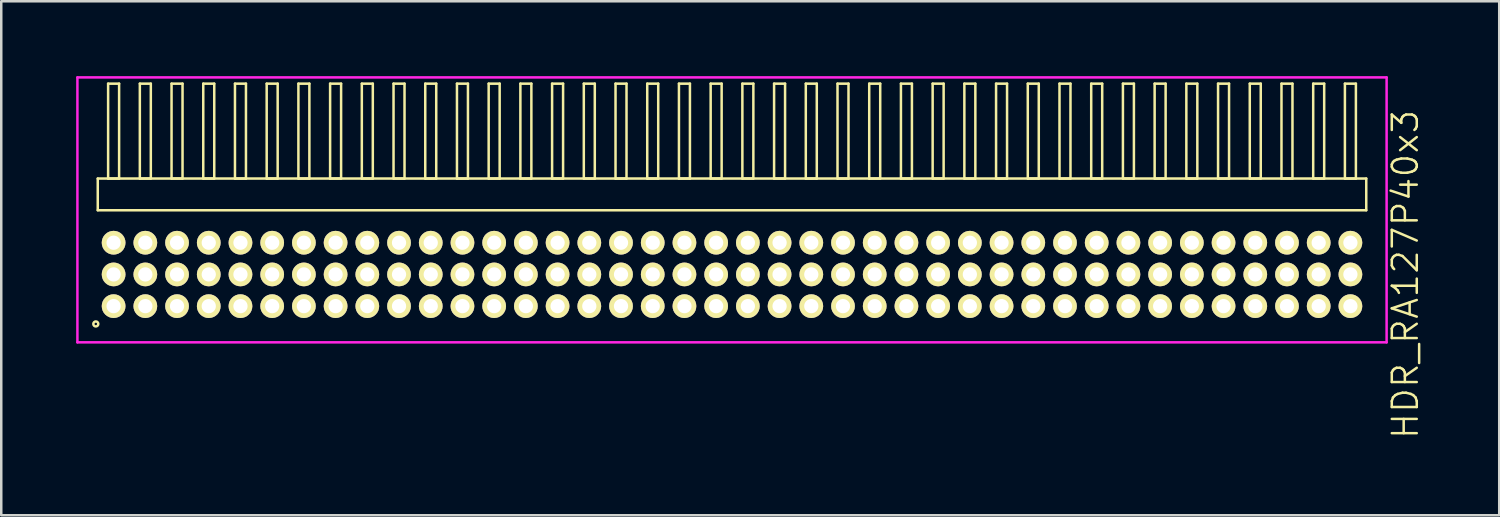
<source format=kicad_pcb>
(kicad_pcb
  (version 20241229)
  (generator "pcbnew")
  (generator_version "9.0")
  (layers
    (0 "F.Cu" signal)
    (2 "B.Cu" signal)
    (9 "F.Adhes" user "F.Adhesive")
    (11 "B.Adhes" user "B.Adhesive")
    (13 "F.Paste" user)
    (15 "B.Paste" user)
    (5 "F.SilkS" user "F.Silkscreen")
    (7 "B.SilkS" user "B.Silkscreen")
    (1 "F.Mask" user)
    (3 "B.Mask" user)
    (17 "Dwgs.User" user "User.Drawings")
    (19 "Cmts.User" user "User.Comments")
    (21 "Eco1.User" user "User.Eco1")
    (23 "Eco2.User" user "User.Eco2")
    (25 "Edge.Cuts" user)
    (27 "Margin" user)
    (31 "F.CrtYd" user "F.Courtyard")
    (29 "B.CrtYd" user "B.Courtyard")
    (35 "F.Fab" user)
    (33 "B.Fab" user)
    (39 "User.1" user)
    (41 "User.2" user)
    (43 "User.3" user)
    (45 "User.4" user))
  (footprint "HDR_RA127P40x3"
    (layer "F.Cu")
    (at 26.265 7.94)
    (property "Reference" "HDR_RA127P40x3" (at 26.965 0 90) (layer "F.SilkS") (effects (font (size 1 1) (thickness 0.1))))
    (attr through_hole)
    (fp_line (start -25.4 -3.84) (end -25.4 -2.57) (stroke (width 0.1) (type solid)) (layer "F.SilkS"))
    (fp_line (start -25.4 -2.57) (end 25.4 -2.57) (stroke (width 0.1) (type solid)) (layer "F.SilkS"))
    (fp_line (start -24.985 -7.64) (end -24.985 -3.84) (stroke (width 0.1) (type solid)) (layer "F.SilkS"))
    (fp_line (start -24.985 -3.84) (end -24.545 -3.84) (stroke (width 0.1) (type solid)) (layer "F.SilkS"))
    (fp_line (start -24.545 -7.64) (end -24.985 -7.64) (stroke (width 0.1) (type solid)) (layer "F.SilkS"))
    (fp_line (start -24.545 -3.84) (end -24.545 -7.64) (stroke (width 0.1) (type solid)) (layer "F.SilkS"))
    (fp_line (start -23.715 -7.64) (end -23.715 -3.84) (stroke (width 0.1) (type solid)) (layer "F.SilkS"))
    (fp_line (start -23.715 -3.84) (end -23.275 -3.84) (stroke (width 0.1) (type solid)) (layer "F.SilkS"))
    (fp_line (start -23.275 -7.64) (end -23.715 -7.64) (stroke (width 0.1) (type solid)) (layer "F.SilkS"))
    (fp_line (start -23.275 -3.84) (end -23.275 -7.64) (stroke (width 0.1) (type solid)) (layer "F.SilkS"))
    (fp_line (start -22.445 -7.64) (end -22.445 -3.84) (stroke (width 0.1) (type solid)) (layer "F.SilkS"))
    (fp_line (start -22.445 -3.84) (end -22.005 -3.84) (stroke (width 0.1) (type solid)) (layer "F.SilkS"))
    (fp_line (start -22.005 -7.64) (end -22.445 -7.64) (stroke (width 0.1) (type solid)) (layer "F.SilkS"))
    (fp_line (start -22.005 -3.84) (end -22.005 -7.64) (stroke (width 0.1) (type solid)) (layer "F.SilkS"))
    (fp_line (start -21.175 -7.64) (end -21.175 -3.84) (stroke (width 0.1) (type solid)) (layer "F.SilkS"))
    (fp_line (start -21.175 -3.84) (end -20.735 -3.84) (stroke (width 0.1) (type solid)) (layer "F.SilkS"))
    (fp_line (start -20.735 -7.64) (end -21.175 -7.64) (stroke (width 0.1) (type solid)) (layer "F.SilkS"))
    (fp_line (start -20.735 -3.84) (end -20.735 -7.64) (stroke (width 0.1) (type solid)) (layer "F.SilkS"))
    (fp_line (start -19.905 -7.64) (end -19.905 -3.84) (stroke (width 0.1) (type solid)) (layer "F.SilkS"))
    (fp_line (start -19.905 -3.84) (end -19.465 -3.84) (stroke (width 0.1) (type solid)) (layer "F.SilkS"))
    (fp_line (start -19.465 -7.64) (end -19.905 -7.64) (stroke (width 0.1) (type solid)) (layer "F.SilkS"))
    (fp_line (start -19.465 -3.84) (end -19.465 -7.64) (stroke (width 0.1) (type solid)) (layer "F.SilkS"))
    (fp_line (start -18.635 -7.64) (end -18.635 -3.84) (stroke (width 0.1) (type solid)) (layer "F.SilkS"))
    (fp_line (start -18.635 -3.84) (end -18.195 -3.84) (stroke (width 0.1) (type solid)) (layer "F.SilkS"))
    (fp_line (start -18.195 -7.64) (end -18.635 -7.64) (stroke (width 0.1) (type solid)) (layer "F.SilkS"))
    (fp_line (start -18.195 -3.84) (end -18.195 -7.64) (stroke (width 0.1) (type solid)) (layer "F.SilkS"))
    (fp_line (start -17.365 -7.64) (end -17.365 -3.84) (stroke (width 0.1) (type solid)) (layer "F.SilkS"))
    (fp_line (start -17.365 -3.84) (end -16.925 -3.84) (stroke (width 0.1) (type solid)) (layer "F.SilkS"))
    (fp_line (start -16.925 -7.64) (end -17.365 -7.64) (stroke (width 0.1) (type solid)) (layer "F.SilkS"))
    (fp_line (start -16.925 -3.84) (end -16.925 -7.64) (stroke (width 0.1) (type solid)) (layer "F.SilkS"))
    (fp_line (start -16.095 -7.64) (end -16.095 -3.84) (stroke (width 0.1) (type solid)) (layer "F.SilkS"))
    (fp_line (start -16.095 -3.84) (end -15.655 -3.84) (stroke (width 0.1) (type solid)) (layer "F.SilkS"))
    (fp_line (start -15.655 -7.64) (end -16.095 -7.64) (stroke (width 0.1) (type solid)) (layer "F.SilkS"))
    (fp_line (start -15.655 -3.84) (end -15.655 -7.64) (stroke (width 0.1) (type solid)) (layer "F.SilkS"))
    (fp_line (start -14.825 -7.64) (end -14.825 -3.84) (stroke (width 0.1) (type solid)) (layer "F.SilkS"))
    (fp_line (start -14.825 -3.84) (end -14.385 -3.84) (stroke (width 0.1) (type solid)) (layer "F.SilkS"))
    (fp_line (start -14.385 -7.64) (end -14.825 -7.64) (stroke (width 0.1) (type solid)) (layer "F.SilkS"))
    (fp_line (start -14.385 -3.84) (end -14.385 -7.64) (stroke (width 0.1) (type solid)) (layer "F.SilkS"))
    (fp_line (start -13.555 -7.64) (end -13.555 -3.84) (stroke (width 0.1) (type solid)) (layer "F.SilkS"))
    (fp_line (start -13.555 -3.84) (end -13.115 -3.84) (stroke (width 0.1) (type solid)) (layer "F.SilkS"))
    (fp_line (start -13.115 -7.64) (end -13.555 -7.64) (stroke (width 0.1) (type solid)) (layer "F.SilkS"))
    (fp_line (start -13.115 -3.84) (end -13.115 -7.64) (stroke (width 0.1) (type solid)) (layer "F.SilkS"))
    (fp_line (start -12.285 -7.64) (end -12.285 -3.84) (stroke (width 0.1) (type solid)) (layer "F.SilkS"))
    (fp_line (start -12.285 -3.84) (end -11.845 -3.84) (stroke (width 0.1) (type solid)) (layer "F.SilkS"))
    (fp_line (start -11.845 -7.64) (end -12.285 -7.64) (stroke (width 0.1) (type solid)) (layer "F.SilkS"))
    (fp_line (start -11.845 -3.84) (end -11.845 -7.64) (stroke (width 0.1) (type solid)) (layer "F.SilkS"))
    (fp_line (start -11.015 -7.64) (end -11.015 -3.84) (stroke (width 0.1) (type solid)) (layer "F.SilkS"))
    (fp_line (start -11.015 -3.84) (end -10.575 -3.84) (stroke (width 0.1) (type solid)) (layer "F.SilkS"))
    (fp_line (start -10.575 -7.64) (end -11.015 -7.64) (stroke (width 0.1) (type solid)) (layer "F.SilkS"))
    (fp_line (start -10.575 -3.84) (end -10.575 -7.64) (stroke (width 0.1) (type solid)) (layer "F.SilkS"))
    (fp_line (start -9.745 -7.64) (end -9.745 -3.84) (stroke (width 0.1) (type solid)) (layer "F.SilkS"))
    (fp_line (start -9.745 -3.84) (end -9.305 -3.84) (stroke (width 0.1) (type solid)) (layer "F.SilkS"))
    (fp_line (start -9.305 -7.64) (end -9.745 -7.64) (stroke (width 0.1) (type solid)) (layer "F.SilkS"))
    (fp_line (start -9.305 -3.84) (end -9.305 -7.64) (stroke (width 0.1) (type solid)) (layer "F.SilkS"))
    (fp_line (start -8.475 -7.64) (end -8.475 -3.84) (stroke (width 0.1) (type solid)) (layer "F.SilkS"))
    (fp_line (start -8.475 -3.84) (end -8.035 -3.84) (stroke (width 0.1) (type solid)) (layer "F.SilkS"))
    (fp_line (start -8.035 -7.64) (end -8.475 -7.64) (stroke (width 0.1) (type solid)) (layer "F.SilkS"))
    (fp_line (start -8.035 -3.84) (end -8.035 -7.64) (stroke (width 0.1) (type solid)) (layer "F.SilkS"))
    (fp_line (start -7.205 -7.64) (end -7.205 -3.84) (stroke (width 0.1) (type solid)) (layer "F.SilkS"))
    (fp_line (start -7.205 -3.84) (end -6.765 -3.84) (stroke (width 0.1) (type solid)) (layer "F.SilkS"))
    (fp_line (start -6.765 -7.64) (end -7.205 -7.64) (stroke (width 0.1) (type solid)) (layer "F.SilkS"))
    (fp_line (start -6.765 -3.84) (end -6.765 -7.64) (stroke (width 0.1) (type solid)) (layer "F.SilkS"))
    (fp_line (start -5.935 -7.64) (end -5.935 -3.84) (stroke (width 0.1) (type solid)) (layer "F.SilkS"))
    (fp_line (start -5.935 -3.84) (end -5.495 -3.84) (stroke (width 0.1) (type solid)) (layer "F.SilkS"))
    (fp_line (start -5.495 -7.64) (end -5.935 -7.64) (stroke (width 0.1) (type solid)) (layer "F.SilkS"))
    (fp_line (start -5.495 -3.84) (end -5.495 -7.64) (stroke (width 0.1) (type solid)) (layer "F.SilkS"))
    (fp_line (start -4.665 -7.64) (end -4.665 -3.84) (stroke (width 0.1) (type solid)) (layer "F.SilkS"))
    (fp_line (start -4.665 -3.84) (end -4.225 -3.84) (stroke (width 0.1) (type solid)) (layer "F.SilkS"))
    (fp_line (start -4.225 -7.64) (end -4.665 -7.64) (stroke (width 0.1) (type solid)) (layer "F.SilkS"))
    (fp_line (start -4.225 -3.84) (end -4.225 -7.64) (stroke (width 0.1) (type solid)) (layer "F.SilkS"))
    (fp_line (start -3.395 -7.64) (end -3.395 -3.84) (stroke (width 0.1) (type solid)) (layer "F.SilkS"))
    (fp_line (start -3.395 -3.84) (end -2.955 -3.84) (stroke (width 0.1) (type solid)) (layer "F.SilkS"))
    (fp_line (start -2.955 -7.64) (end -3.395 -7.64) (stroke (width 0.1) (type solid)) (layer "F.SilkS"))
    (fp_line (start -2.955 -3.84) (end -2.955 -7.64) (stroke (width 0.1) (type solid)) (layer "F.SilkS"))
    (fp_line (start -2.125 -7.64) (end -2.125 -3.84) (stroke (width 0.1) (type solid)) (layer "F.SilkS"))
    (fp_line (start -2.125 -3.84) (end -1.685 -3.84) (stroke (width 0.1) (type solid)) (layer "F.SilkS"))
    (fp_line (start -1.685 -7.64) (end -2.125 -7.64) (stroke (width 0.1) (type solid)) (layer "F.SilkS"))
    (fp_line (start -1.685 -3.84) (end -1.685 -7.64) (stroke (width 0.1) (type solid)) (layer "F.SilkS"))
    (fp_line (start -0.855 -7.64) (end -0.855 -3.84) (stroke (width 0.1) (type solid)) (layer "F.SilkS"))
    (fp_line (start -0.855 -3.84) (end -0.415 -3.84) (stroke (width 0.1) (type solid)) (layer "F.SilkS"))
    (fp_line (start -0.415 -7.64) (end -0.855 -7.64) (stroke (width 0.1) (type solid)) (layer "F.SilkS"))
    (fp_line (start -0.415 -3.84) (end -0.415 -7.64) (stroke (width 0.1) (type solid)) (layer "F.SilkS"))
    (fp_line (start 0.415 -7.64) (end 0.415 -3.84) (stroke (width 0.1) (type solid)) (layer "F.SilkS"))
    (fp_line (start 0.415 -3.84) (end 0.855 -3.84) (stroke (width 0.1) (type solid)) (layer "F.SilkS"))
    (fp_line (start 0.855 -7.64) (end 0.415 -7.64) (stroke (width 0.1) (type solid)) (layer "F.SilkS"))
    (fp_line (start 0.855 -3.84) (end 0.855 -7.64) (stroke (width 0.1) (type solid)) (layer "F.SilkS"))
    (fp_line (start 1.685 -7.64) (end 1.685 -3.84) (stroke (width 0.1) (type solid)) (layer "F.SilkS"))
    (fp_line (start 1.685 -3.84) (end 2.125 -3.84) (stroke (width 0.1) (type solid)) (layer "F.SilkS"))
    (fp_line (start 2.125 -7.64) (end 1.685 -7.64) (stroke (width 0.1) (type solid)) (layer "F.SilkS"))
    (fp_line (start 2.125 -3.84) (end 2.125 -7.64) (stroke (width 0.1) (type solid)) (layer "F.SilkS"))
    (fp_line (start 2.955 -7.64) (end 2.955 -3.84) (stroke (width 0.1) (type solid)) (layer "F.SilkS"))
    (fp_line (start 2.955 -3.84) (end 3.395 -3.84) (stroke (width 0.1) (type solid)) (layer "F.SilkS"))
    (fp_line (start 3.395 -7.64) (end 2.955 -7.64) (stroke (width 0.1) (type solid)) (layer "F.SilkS"))
    (fp_line (start 3.395 -3.84) (end 3.395 -7.64) (stroke (width 0.1) (type solid)) (layer "F.SilkS"))
    (fp_line (start 4.225 -7.64) (end 4.225 -3.84) (stroke (width 0.1) (type solid)) (layer "F.SilkS"))
    (fp_line (start 4.225 -3.84) (end 4.665 -3.84) (stroke (width 0.1) (type solid)) (layer "F.SilkS"))
    (fp_line (start 4.665 -7.64) (end 4.225 -7.64) (stroke (width 0.1) (type solid)) (layer "F.SilkS"))
    (fp_line (start 4.665 -3.84) (end 4.665 -7.64) (stroke (width 0.1) (type solid)) (layer "F.SilkS"))
    (fp_line (start 5.495 -7.64) (end 5.495 -3.84) (stroke (width 0.1) (type solid)) (layer "F.SilkS"))
    (fp_line (start 5.495 -3.84) (end 5.935 -3.84) (stroke (width 0.1) (type solid)) (layer "F.SilkS"))
    (fp_line (start 5.935 -7.64) (end 5.495 -7.64) (stroke (width 0.1) (type solid)) (layer "F.SilkS"))
    (fp_line (start 5.935 -3.84) (end 5.935 -7.64) (stroke (width 0.1) (type solid)) (layer "F.SilkS"))
    (fp_line (start 6.765 -7.64) (end 6.765 -3.84) (stroke (width 0.1) (type solid)) (layer "F.SilkS"))
    (fp_line (start 6.765 -3.84) (end 7.205 -3.84) (stroke (width 0.1) (type solid)) (layer "F.SilkS"))
    (fp_line (start 7.205 -7.64) (end 6.765 -7.64) (stroke (width 0.1) (type solid)) (layer "F.SilkS"))
    (fp_line (start 7.205 -3.84) (end 7.205 -7.64) (stroke (width 0.1) (type solid)) (layer "F.SilkS"))
    (fp_line (start 8.035 -7.64) (end 8.035 -3.84) (stroke (width 0.1) (type solid)) (layer "F.SilkS"))
    (fp_line (start 8.035 -3.84) (end 8.475 -3.84) (stroke (width 0.1) (type solid)) (layer "F.SilkS"))
    (fp_line (start 8.475 -7.64) (end 8.035 -7.64) (stroke (width 0.1) (type solid)) (layer "F.SilkS"))
    (fp_line (start 8.475 -3.84) (end 8.475 -7.64) (stroke (width 0.1) (type solid)) (layer "F.SilkS"))
    (fp_line (start 9.305 -7.64) (end 9.305 -3.84) (stroke (width 0.1) (type solid)) (layer "F.SilkS"))
    (fp_line (start 9.305 -3.84) (end 9.745 -3.84) (stroke (width 0.1) (type solid)) (layer "F.SilkS"))
    (fp_line (start 9.745 -7.64) (end 9.305 -7.64) (stroke (width 0.1) (type solid)) (layer "F.SilkS"))
    (fp_line (start 9.745 -3.84) (end 9.745 -7.64) (stroke (width 0.1) (type solid)) (layer "F.SilkS"))
    (fp_line (start 10.575 -7.64) (end 10.575 -3.84) (stroke (width 0.1) (type solid)) (layer "F.SilkS"))
    (fp_line (start 10.575 -3.84) (end 11.015 -3.84) (stroke (width 0.1) (type solid)) (layer "F.SilkS"))
    (fp_line (start 11.015 -7.64) (end 10.575 -7.64) (stroke (width 0.1) (type solid)) (layer "F.SilkS"))
    (fp_line (start 11.015 -3.84) (end 11.015 -7.64) (stroke (width 0.1) (type solid)) (layer "F.SilkS"))
    (fp_line (start 11.845 -7.64) (end 11.845 -3.84) (stroke (width 0.1) (type solid)) (layer "F.SilkS"))
    (fp_line (start 11.845 -3.84) (end 12.285 -3.84) (stroke (width 0.1) (type solid)) (layer "F.SilkS"))
    (fp_line (start 12.285 -7.64) (end 11.845 -7.64) (stroke (width 0.1) (type solid)) (layer "F.SilkS"))
    (fp_line (start 12.285 -3.84) (end 12.285 -7.64) (stroke (width 0.1) (type solid)) (layer "F.SilkS"))
    (fp_line (start 13.115 -7.64) (end 13.115 -3.84) (stroke (width 0.1) (type solid)) (layer "F.SilkS"))
    (fp_line (start 13.115 -3.84) (end 13.555 -3.84) (stroke (width 0.1) (type solid)) (layer "F.SilkS"))
    (fp_line (start 13.555 -7.64) (end 13.115 -7.64) (stroke (width 0.1) (type solid)) (layer "F.SilkS"))
    (fp_line (start 13.555 -3.84) (end 13.555 -7.64) (stroke (width 0.1) (type solid)) (layer "F.SilkS"))
    (fp_line (start 14.385 -7.64) (end 14.385 -3.84) (stroke (width 0.1) (type solid)) (layer "F.SilkS"))
    (fp_line (start 14.385 -3.84) (end 14.825 -3.84) (stroke (width 0.1) (type solid)) (layer "F.SilkS"))
    (fp_line (start 14.825 -7.64) (end 14.385 -7.64) (stroke (width 0.1) (type solid)) (layer "F.SilkS"))
    (fp_line (start 14.825 -3.84) (end 14.825 -7.64) (stroke (width 0.1) (type solid)) (layer "F.SilkS"))
    (fp_line (start 15.655 -7.64) (end 15.655 -3.84) (stroke (width 0.1) (type solid)) (layer "F.SilkS"))
    (fp_line (start 15.655 -3.84) (end 16.095 -3.84) (stroke (width 0.1) (type solid)) (layer "F.SilkS"))
    (fp_line (start 16.095 -7.64) (end 15.655 -7.64) (stroke (width 0.1) (type solid)) (layer "F.SilkS"))
    (fp_line (start 16.095 -3.84) (end 16.095 -7.64) (stroke (width 0.1) (type solid)) (layer "F.SilkS"))
    (fp_line (start 16.925 -7.64) (end 16.925 -3.84) (stroke (width 0.1) (type solid)) (layer "F.SilkS"))
    (fp_line (start 16.925 -3.84) (end 17.365 -3.84) (stroke (width 0.1) (type solid)) (layer "F.SilkS"))
    (fp_line (start 17.365 -7.64) (end 16.925 -7.64) (stroke (width 0.1) (type solid)) (layer "F.SilkS"))
    (fp_line (start 17.365 -3.84) (end 17.365 -7.64) (stroke (width 0.1) (type solid)) (layer "F.SilkS"))
    (fp_line (start 18.195 -7.64) (end 18.195 -3.84) (stroke (width 0.1) (type solid)) (layer "F.SilkS"))
    (fp_line (start 18.195 -3.84) (end 18.635 -3.84) (stroke (width 0.1) (type solid)) (layer "F.SilkS"))
    (fp_line (start 18.635 -7.64) (end 18.195 -7.64) (stroke (width 0.1) (type solid)) (layer "F.SilkS"))
    (fp_line (start 18.635 -3.84) (end 18.635 -7.64) (stroke (width 0.1) (type solid)) (layer "F.SilkS"))
    (fp_line (start 19.465 -7.64) (end 19.465 -3.84) (stroke (width 0.1) (type solid)) (layer "F.SilkS"))
    (fp_line (start 19.465 -3.84) (end 19.905 -3.84) (stroke (width 0.1) (type solid)) (layer "F.SilkS"))
    (fp_line (start 19.905 -7.64) (end 19.465 -7.64) (stroke (width 0.1) (type solid)) (layer "F.SilkS"))
    (fp_line (start 19.905 -3.84) (end 19.905 -7.64) (stroke (width 0.1) (type solid)) (layer "F.SilkS"))
    (fp_line (start 20.735 -7.64) (end 20.735 -3.84) (stroke (width 0.1) (type solid)) (layer "F.SilkS"))
    (fp_line (start 20.735 -3.84) (end 21.175 -3.84) (stroke (width 0.1) (type solid)) (layer "F.SilkS"))
    (fp_line (start 21.175 -7.64) (end 20.735 -7.64) (stroke (width 0.1) (type solid)) (layer "F.SilkS"))
    (fp_line (start 21.175 -3.84) (end 21.175 -7.64) (stroke (width 0.1) (type solid)) (layer "F.SilkS"))
    (fp_line (start 22.005 -7.64) (end 22.005 -3.84) (stroke (width 0.1) (type solid)) (layer "F.SilkS"))
    (fp_line (start 22.005 -3.84) (end 22.445 -3.84) (stroke (width 0.1) (type solid)) (layer "F.SilkS"))
    (fp_line (start 22.445 -7.64) (end 22.005 -7.64) (stroke (width 0.1) (type solid)) (layer "F.SilkS"))
    (fp_line (start 22.445 -3.84) (end 22.445 -7.64) (stroke (width 0.1) (type solid)) (layer "F.SilkS"))
    (fp_line (start 23.275 -7.64) (end 23.275 -3.84) (stroke (width 0.1) (type solid)) (layer "F.SilkS"))
    (fp_line (start 23.275 -3.84) (end 23.715 -3.84) (stroke (width 0.1) (type solid)) (layer "F.SilkS"))
    (fp_line (start 23.715 -7.64) (end 23.275 -7.64) (stroke (width 0.1) (type solid)) (layer "F.SilkS"))
    (fp_line (start 23.715 -3.84) (end 23.715 -7.64) (stroke (width 0.1) (type solid)) (layer "F.SilkS"))
    (fp_line (start 24.545 -7.64) (end 24.545 -3.84) (stroke (width 0.1) (type solid)) (layer "F.SilkS"))
    (fp_line (start 24.545 -3.84) (end 24.985 -3.84) (stroke (width 0.1) (type solid)) (layer "F.SilkS"))
    (fp_line (start 24.985 -7.64) (end 24.545 -7.64) (stroke (width 0.1) (type solid)) (layer "F.SilkS"))
    (fp_line (start 24.985 -3.84) (end 24.985 -7.64) (stroke (width 0.1) (type solid)) (layer "F.SilkS"))
    (fp_line (start 25.4 -3.84) (end -25.4 -3.84) (stroke (width 0.1) (type solid)) (layer "F.SilkS"))
    (fp_line (start 25.4 -2.57) (end 25.4 -3.84) (stroke (width 0.1) (type solid)) (layer "F.SilkS"))
    (fp_circle (center -25.478 1.983) (end -25.378 1.983) (stroke (width 0.1) (type solid)) (fill no) (layer "F.SilkS"))
    (fp_line (start -26.215 -7.89) (end -26.215 2.72) (stroke (width 0.1) (type solid)) (layer "F.CrtYd"))
    (fp_line (start -26.215 2.72) (end 26.215 2.72) (stroke (width 0.1) (type solid)) (layer "F.CrtYd"))
    (fp_line (start 26.215 -7.89) (end -26.215 -7.89) (stroke (width 0.1) (type solid)) (layer "F.CrtYd"))
    (fp_line (start 26.215 2.72) (end 26.215 -7.89) (stroke (width 0.1) (type solid)) (layer "F.CrtYd"))
    (pad "1" thru_hole oval (at -24.765 1.27) (size 0.95 0.95) (drill 0.57) (layers "*.Cu" "*.Mask" "F.SilkS"))
    (pad "2" thru_hole oval (at -24.765 0) (size 0.95 0.95) (drill 0.57) (layers "*.Cu" "*.Mask" "F.SilkS"))
    (pad "3" thru_hole oval (at -24.765 -1.27) (size 0.95 0.95) (drill 0.57) (layers "*.Cu" "*.Mask" "F.SilkS"))
    (pad "4" thru_hole oval (at -23.495 1.27) (size 0.95 0.95) (drill 0.57) (layers "*.Cu" "*.Mask" "F.SilkS"))
    (pad "5" thru_hole oval (at -23.495 0) (size 0.95 0.95) (drill 0.57) (layers "*.Cu" "*.Mask" "F.SilkS"))
    (pad "6" thru_hole oval (at -23.495 -1.27) (size 0.95 0.95) (drill 0.57) (layers "*.Cu" "*.Mask" "F.SilkS"))
    (pad "7" thru_hole oval (at -22.225 1.27) (size 0.95 0.95) (drill 0.57) (layers "*.Cu" "*.Mask" "F.SilkS"))
    (pad "8" thru_hole oval (at -22.225 0) (size 0.95 0.95) (drill 0.57) (layers "*.Cu" "*.Mask" "F.SilkS"))
    (pad "9" thru_hole oval (at -22.225 -1.27) (size 0.95 0.95) (drill 0.57) (layers "*.Cu" "*.Mask" "F.SilkS"))
    (pad "10" thru_hole oval (at -20.955 1.27) (size 0.95 0.95) (drill 0.57) (layers "*.Cu" "*.Mask" "F.SilkS"))
    (pad "11" thru_hole oval (at -20.955 0) (size 0.95 0.95) (drill 0.57) (layers "*.Cu" "*.Mask" "F.SilkS"))
    (pad "12" thru_hole oval (at -20.955 -1.27) (size 0.95 0.95) (drill 0.57) (layers "*.Cu" "*.Mask" "F.SilkS"))
    (pad "13" thru_hole oval (at -19.685 1.27) (size 0.95 0.95) (drill 0.57) (layers "*.Cu" "*.Mask" "F.SilkS"))
    (pad "14" thru_hole oval (at -19.685 0) (size 0.95 0.95) (drill 0.57) (layers "*.Cu" "*.Mask" "F.SilkS"))
    (pad "15" thru_hole oval (at -19.685 -1.27) (size 0.95 0.95) (drill 0.57) (layers "*.Cu" "*.Mask" "F.SilkS"))
    (pad "16" thru_hole oval (at -18.415 1.27) (size 0.95 0.95) (drill 0.57) (layers "*.Cu" "*.Mask" "F.SilkS"))
    (pad "17" thru_hole oval (at -18.415 0) (size 0.95 0.95) (drill 0.57) (layers "*.Cu" "*.Mask" "F.SilkS"))
    (pad "18" thru_hole oval (at -18.415 -1.27) (size 0.95 0.95) (drill 0.57) (layers "*.Cu" "*.Mask" "F.SilkS"))
    (pad "19" thru_hole oval (at -17.145 1.27) (size 0.95 0.95) (drill 0.57) (layers "*.Cu" "*.Mask" "F.SilkS"))
    (pad "20" thru_hole oval (at -17.145 0) (size 0.95 0.95) (drill 0.57) (layers "*.Cu" "*.Mask" "F.SilkS"))
    (pad "21" thru_hole oval (at -17.145 -1.27) (size 0.95 0.95) (drill 0.57) (layers "*.Cu" "*.Mask" "F.SilkS"))
    (pad "22" thru_hole oval (at -15.875 1.27) (size 0.95 0.95) (drill 0.57) (layers "*.Cu" "*.Mask" "F.SilkS"))
    (pad "23" thru_hole oval (at -15.875 0) (size 0.95 0.95) (drill 0.57) (layers "*.Cu" "*.Mask" "F.SilkS"))
    (pad "24" thru_hole oval (at -15.875 -1.27) (size 0.95 0.95) (drill 0.57) (layers "*.Cu" "*.Mask" "F.SilkS"))
    (pad "25" thru_hole oval (at -14.605 1.27) (size 0.95 0.95) (drill 0.57) (layers "*.Cu" "*.Mask" "F.SilkS"))
    (pad "26" thru_hole oval (at -14.605 0) (size 0.95 0.95) (drill 0.57) (layers "*.Cu" "*.Mask" "F.SilkS"))
    (pad "27" thru_hole oval (at -14.605 -1.27) (size 0.95 0.95) (drill 0.57) (layers "*.Cu" "*.Mask" "F.SilkS"))
    (pad "28" thru_hole oval (at -13.335 1.27) (size 0.95 0.95) (drill 0.57) (layers "*.Cu" "*.Mask" "F.SilkS"))
    (pad "29" thru_hole oval (at -13.335 0) (size 0.95 0.95) (drill 0.57) (layers "*.Cu" "*.Mask" "F.SilkS"))
    (pad "30" thru_hole oval (at -13.335 -1.27) (size 0.95 0.95) (drill 0.57) (layers "*.Cu" "*.Mask" "F.SilkS"))
    (pad "31" thru_hole oval (at -12.065 1.27) (size 0.95 0.95) (drill 0.57) (layers "*.Cu" "*.Mask" "F.SilkS"))
    (pad "32" thru_hole oval (at -12.065 0) (size 0.95 0.95) (drill 0.57) (layers "*.Cu" "*.Mask" "F.SilkS"))
    (pad "33" thru_hole oval (at -12.065 -1.27) (size 0.95 0.95) (drill 0.57) (layers "*.Cu" "*.Mask" "F.SilkS"))
    (pad "34" thru_hole oval (at -10.795 1.27) (size 0.95 0.95) (drill 0.57) (layers "*.Cu" "*.Mask" "F.SilkS"))
    (pad "35" thru_hole oval (at -10.795 0) (size 0.95 0.95) (drill 0.57) (layers "*.Cu" "*.Mask" "F.SilkS"))
    (pad "36" thru_hole oval (at -10.795 -1.27) (size 0.95 0.95) (drill 0.57) (layers "*.Cu" "*.Mask" "F.SilkS"))
    (pad "37" thru_hole oval (at -9.525 1.27) (size 0.95 0.95) (drill 0.57) (layers "*.Cu" "*.Mask" "F.SilkS"))
    (pad "38" thru_hole oval (at -9.525 0) (size 0.95 0.95) (drill 0.57) (layers "*.Cu" "*.Mask" "F.SilkS"))
    (pad "39" thru_hole oval (at -9.525 -1.27) (size 0.95 0.95) (drill 0.57) (layers "*.Cu" "*.Mask" "F.SilkS"))
    (pad "40" thru_hole oval (at -8.255 1.27) (size 0.95 0.95) (drill 0.57) (layers "*.Cu" "*.Mask" "F.SilkS"))
    (pad "41" thru_hole oval (at -8.255 0) (size 0.95 0.95) (drill 0.57) (layers "*.Cu" "*.Mask" "F.SilkS"))
    (pad "42" thru_hole oval (at -8.255 -1.27) (size 0.95 0.95) (drill 0.57) (layers "*.Cu" "*.Mask" "F.SilkS"))
    (pad "43" thru_hole oval (at -6.985 1.27) (size 0.95 0.95) (drill 0.57) (layers "*.Cu" "*.Mask" "F.SilkS"))
    (pad "44" thru_hole oval (at -6.985 0) (size 0.95 0.95) (drill 0.57) (layers "*.Cu" "*.Mask" "F.SilkS"))
    (pad "45" thru_hole oval (at -6.985 -1.27) (size 0.95 0.95) (drill 0.57) (layers "*.Cu" "*.Mask" "F.SilkS"))
    (pad "46" thru_hole oval (at -5.715 1.27) (size 0.95 0.95) (drill 0.57) (layers "*.Cu" "*.Mask" "F.SilkS"))
    (pad "47" thru_hole oval (at -5.715 0) (size 0.95 0.95) (drill 0.57) (layers "*.Cu" "*.Mask" "F.SilkS"))
    (pad "48" thru_hole oval (at -5.715 -1.27) (size 0.95 0.95) (drill 0.57) (layers "*.Cu" "*.Mask" "F.SilkS"))
    (pad "49" thru_hole oval (at -4.445 1.27) (size 0.95 0.95) (drill 0.57) (layers "*.Cu" "*.Mask" "F.SilkS"))
    (pad "50" thru_hole oval (at -4.445 0) (size 0.95 0.95) (drill 0.57) (layers "*.Cu" "*.Mask" "F.SilkS"))
    (pad "51" thru_hole oval (at -4.445 -1.27) (size 0.95 0.95) (drill 0.57) (layers "*.Cu" "*.Mask" "F.SilkS"))
    (pad "52" thru_hole oval (at -3.175 1.27) (size 0.95 0.95) (drill 0.57) (layers "*.Cu" "*.Mask" "F.SilkS"))
    (pad "53" thru_hole oval (at -3.175 0) (size 0.95 0.95) (drill 0.57) (layers "*.Cu" "*.Mask" "F.SilkS"))
    (pad "54" thru_hole oval (at -3.175 -1.27) (size 0.95 0.95) (drill 0.57) (layers "*.Cu" "*.Mask" "F.SilkS"))
    (pad "55" thru_hole oval (at -1.905 1.27) (size 0.95 0.95) (drill 0.57) (layers "*.Cu" "*.Mask" "F.SilkS"))
    (pad "56" thru_hole oval (at -1.905 0) (size 0.95 0.95) (drill 0.57) (layers "*.Cu" "*.Mask" "F.SilkS"))
    (pad "57" thru_hole oval (at -1.905 -1.27) (size 0.95 0.95) (drill 0.57) (layers "*.Cu" "*.Mask" "F.SilkS"))
    (pad "58" thru_hole oval (at -0.635 1.27) (size 0.95 0.95) (drill 0.57) (layers "*.Cu" "*.Mask" "F.SilkS"))
    (pad "59" thru_hole oval (at -0.635 0) (size 0.95 0.95) (drill 0.57) (layers "*.Cu" "*.Mask" "F.SilkS"))
    (pad "60" thru_hole oval (at -0.635 -1.27) (size 0.95 0.95) (drill 0.57) (layers "*.Cu" "*.Mask" "F.SilkS"))
    (pad "61" thru_hole oval (at 0.635 1.27) (size 0.95 0.95) (drill 0.57) (layers "*.Cu" "*.Mask" "F.SilkS"))
    (pad "62" thru_hole oval (at 0.635 0) (size 0.95 0.95) (drill 0.57) (layers "*.Cu" "*.Mask" "F.SilkS"))
    (pad "63" thru_hole oval (at 0.635 -1.27) (size 0.95 0.95) (drill 0.57) (layers "*.Cu" "*.Mask" "F.SilkS"))
    (pad "64" thru_hole oval (at 1.905 1.27) (size 0.95 0.95) (drill 0.57) (layers "*.Cu" "*.Mask" "F.SilkS"))
    (pad "65" thru_hole oval (at 1.905 0) (size 0.95 0.95) (drill 0.57) (layers "*.Cu" "*.Mask" "F.SilkS"))
    (pad "66" thru_hole oval (at 1.905 -1.27) (size 0.95 0.95) (drill 0.57) (layers "*.Cu" "*.Mask" "F.SilkS"))
    (pad "67" thru_hole oval (at 3.175 1.27) (size 0.95 0.95) (drill 0.57) (layers "*.Cu" "*.Mask" "F.SilkS"))
    (pad "68" thru_hole oval (at 3.175 0) (size 0.95 0.95) (drill 0.57) (layers "*.Cu" "*.Mask" "F.SilkS"))
    (pad "69" thru_hole oval (at 3.175 -1.27) (size 0.95 0.95) (drill 0.57) (layers "*.Cu" "*.Mask" "F.SilkS"))
    (pad "70" thru_hole oval (at 4.445 1.27) (size 0.95 0.95) (drill 0.57) (layers "*.Cu" "*.Mask" "F.SilkS"))
    (pad "71" thru_hole oval (at 4.445 0) (size 0.95 0.95) (drill 0.57) (layers "*.Cu" "*.Mask" "F.SilkS"))
    (pad "72" thru_hole oval (at 4.445 -1.27) (size 0.95 0.95) (drill 0.57) (layers "*.Cu" "*.Mask" "F.SilkS"))
    (pad "73" thru_hole oval (at 5.715 1.27) (size 0.95 0.95) (drill 0.57) (layers "*.Cu" "*.Mask" "F.SilkS"))
    (pad "74" thru_hole oval (at 5.715 0) (size 0.95 0.95) (drill 0.57) (layers "*.Cu" "*.Mask" "F.SilkS"))
    (pad "75" thru_hole oval (at 5.715 -1.27) (size 0.95 0.95) (drill 0.57) (layers "*.Cu" "*.Mask" "F.SilkS"))
    (pad "76" thru_hole oval (at 6.985 1.27) (size 0.95 0.95) (drill 0.57) (layers "*.Cu" "*.Mask" "F.SilkS"))
    (pad "77" thru_hole oval (at 6.985 0) (size 0.95 0.95) (drill 0.57) (layers "*.Cu" "*.Mask" "F.SilkS"))
    (pad "78" thru_hole oval (at 6.985 -1.27) (size 0.95 0.95) (drill 0.57) (layers "*.Cu" "*.Mask" "F.SilkS"))
    (pad "79" thru_hole oval (at 8.255 1.27) (size 0.95 0.95) (drill 0.57) (layers "*.Cu" "*.Mask" "F.SilkS"))
    (pad "80" thru_hole oval (at 8.255 0) (size 0.95 0.95) (drill 0.57) (layers "*.Cu" "*.Mask" "F.SilkS"))
    (pad "81" thru_hole oval (at 8.255 -1.27) (size 0.95 0.95) (drill 0.57) (layers "*.Cu" "*.Mask" "F.SilkS"))
    (pad "82" thru_hole oval (at 9.525 1.27) (size 0.95 0.95) (drill 0.57) (layers "*.Cu" "*.Mask" "F.SilkS"))
    (pad "83" thru_hole oval (at 9.525 0) (size 0.95 0.95) (drill 0.57) (layers "*.Cu" "*.Mask" "F.SilkS"))
    (pad "84" thru_hole oval (at 9.525 -1.27) (size 0.95 0.95) (drill 0.57) (layers "*.Cu" "*.Mask" "F.SilkS"))
    (pad "85" thru_hole oval (at 10.795 1.27) (size 0.95 0.95) (drill 0.57) (layers "*.Cu" "*.Mask" "F.SilkS"))
    (pad "86" thru_hole oval (at 10.795 0) (size 0.95 0.95) (drill 0.57) (layers "*.Cu" "*.Mask" "F.SilkS"))
    (pad "87" thru_hole oval (at 10.795 -1.27) (size 0.95 0.95) (drill 0.57) (layers "*.Cu" "*.Mask" "F.SilkS"))
    (pad "88" thru_hole oval (at 12.065 1.27) (size 0.95 0.95) (drill 0.57) (layers "*.Cu" "*.Mask" "F.SilkS"))
    (pad "89" thru_hole oval (at 12.065 0) (size 0.95 0.95) (drill 0.57) (layers "*.Cu" "*.Mask" "F.SilkS"))
    (pad "90" thru_hole oval (at 12.065 -1.27) (size 0.95 0.95) (drill 0.57) (layers "*.Cu" "*.Mask" "F.SilkS"))
    (pad "91" thru_hole oval (at 13.335 1.27) (size 0.95 0.95) (drill 0.57) (layers "*.Cu" "*.Mask" "F.SilkS"))
    (pad "92" thru_hole oval (at 13.335 0) (size 0.95 0.95) (drill 0.57) (layers "*.Cu" "*.Mask" "F.SilkS"))
    (pad "93" thru_hole oval (at 13.335 -1.27) (size 0.95 0.95) (drill 0.57) (layers "*.Cu" "*.Mask" "F.SilkS"))
    (pad "94" thru_hole oval (at 14.605 1.27) (size 0.95 0.95) (drill 0.57) (layers "*.Cu" "*.Mask" "F.SilkS"))
    (pad "95" thru_hole oval (at 14.605 0) (size 0.95 0.95) (drill 0.57) (layers "*.Cu" "*.Mask" "F.SilkS"))
    (pad "96" thru_hole oval (at 14.605 -1.27) (size 0.95 0.95) (drill 0.57) (layers "*.Cu" "*.Mask" "F.SilkS"))
    (pad "97" thru_hole oval (at 15.875 1.27) (size 0.95 0.95) (drill 0.57) (layers "*.Cu" "*.Mask" "F.SilkS"))
    (pad "98" thru_hole oval (at 15.875 0) (size 0.95 0.95) (drill 0.57) (layers "*.Cu" "*.Mask" "F.SilkS"))
    (pad "99" thru_hole oval (at 15.875 -1.27) (size 0.95 0.95) (drill 0.57) (layers "*.Cu" "*.Mask" "F.SilkS"))
    (pad "100" thru_hole oval (at 17.145 1.27) (size 0.95 0.95) (drill 0.57) (layers "*.Cu" "*.Mask" "F.SilkS"))
    (pad "101" thru_hole oval (at 17.145 0) (size 0.95 0.95) (drill 0.57) (layers "*.Cu" "*.Mask" "F.SilkS"))
    (pad "102" thru_hole oval (at 17.145 -1.27) (size 0.95 0.95) (drill 0.57) (layers "*.Cu" "*.Mask" "F.SilkS"))
    (pad "103" thru_hole oval (at 18.415 1.27) (size 0.95 0.95) (drill 0.57) (layers "*.Cu" "*.Mask" "F.SilkS"))
    (pad "104" thru_hole oval (at 18.415 0) (size 0.95 0.95) (drill 0.57) (layers "*.Cu" "*.Mask" "F.SilkS"))
    (pad "105" thru_hole oval (at 18.415 -1.27) (size 0.95 0.95) (drill 0.57) (layers "*.Cu" "*.Mask" "F.SilkS"))
    (pad "106" thru_hole oval (at 19.685 1.27) (size 0.95 0.95) (drill 0.57) (layers "*.Cu" "*.Mask" "F.SilkS"))
    (pad "107" thru_hole oval (at 19.685 0) (size 0.95 0.95) (drill 0.57) (layers "*.Cu" "*.Mask" "F.SilkS"))
    (pad "108" thru_hole oval (at 19.685 -1.27) (size 0.95 0.95) (drill 0.57) (layers "*.Cu" "*.Mask" "F.SilkS"))
    (pad "109" thru_hole oval (at 20.955 1.27) (size 0.95 0.95) (drill 0.57) (layers "*.Cu" "*.Mask" "F.SilkS"))
    (pad "110" thru_hole oval (at 20.955 0) (size 0.95 0.95) (drill 0.57) (layers "*.Cu" "*.Mask" "F.SilkS"))
    (pad "111" thru_hole oval (at 20.955 -1.27) (size 0.95 0.95) (drill 0.57) (layers "*.Cu" "*.Mask" "F.SilkS"))
    (pad "112" thru_hole oval (at 22.225 1.27) (size 0.95 0.95) (drill 0.57) (layers "*.Cu" "*.Mask" "F.SilkS"))
    (pad "113" thru_hole oval (at 22.225 0) (size 0.95 0.95) (drill 0.57) (layers "*.Cu" "*.Mask" "F.SilkS"))
    (pad "114" thru_hole oval (at 22.225 -1.27) (size 0.95 0.95) (drill 0.57) (layers "*.Cu" "*.Mask" "F.SilkS"))
    (pad "115" thru_hole oval (at 23.495 1.27) (size 0.95 0.95) (drill 0.57) (layers "*.Cu" "*.Mask" "F.SilkS"))
    (pad "116" thru_hole oval (at 23.495 0) (size 0.95 0.95) (drill 0.57) (layers "*.Cu" "*.Mask" "F.SilkS"))
    (pad "117" thru_hole oval (at 23.495 -1.27) (size 0.95 0.95) (drill 0.57) (layers "*.Cu" "*.Mask" "F.SilkS"))
    (pad "118" thru_hole oval (at 24.765 1.27) (size 0.95 0.95) (drill 0.57) (layers "*.Cu" "*.Mask" "F.SilkS"))
    (pad "119" thru_hole oval (at 24.765 0) (size 0.95 0.95) (drill 0.57) (layers "*.Cu" "*.Mask" "F.SilkS"))
    (pad "120" thru_hole oval (at 24.765 -1.27) (size 0.95 0.95) (drill 0.57) (layers "*.Cu" "*.Mask" "F.SilkS")))
  (gr_rect
    (start -3 -3)
    (end 56.99 17.585)
    (stroke (width 0.1) (type default))
    (fill no)
    (layer "Edge.Cuts")))
</source>
